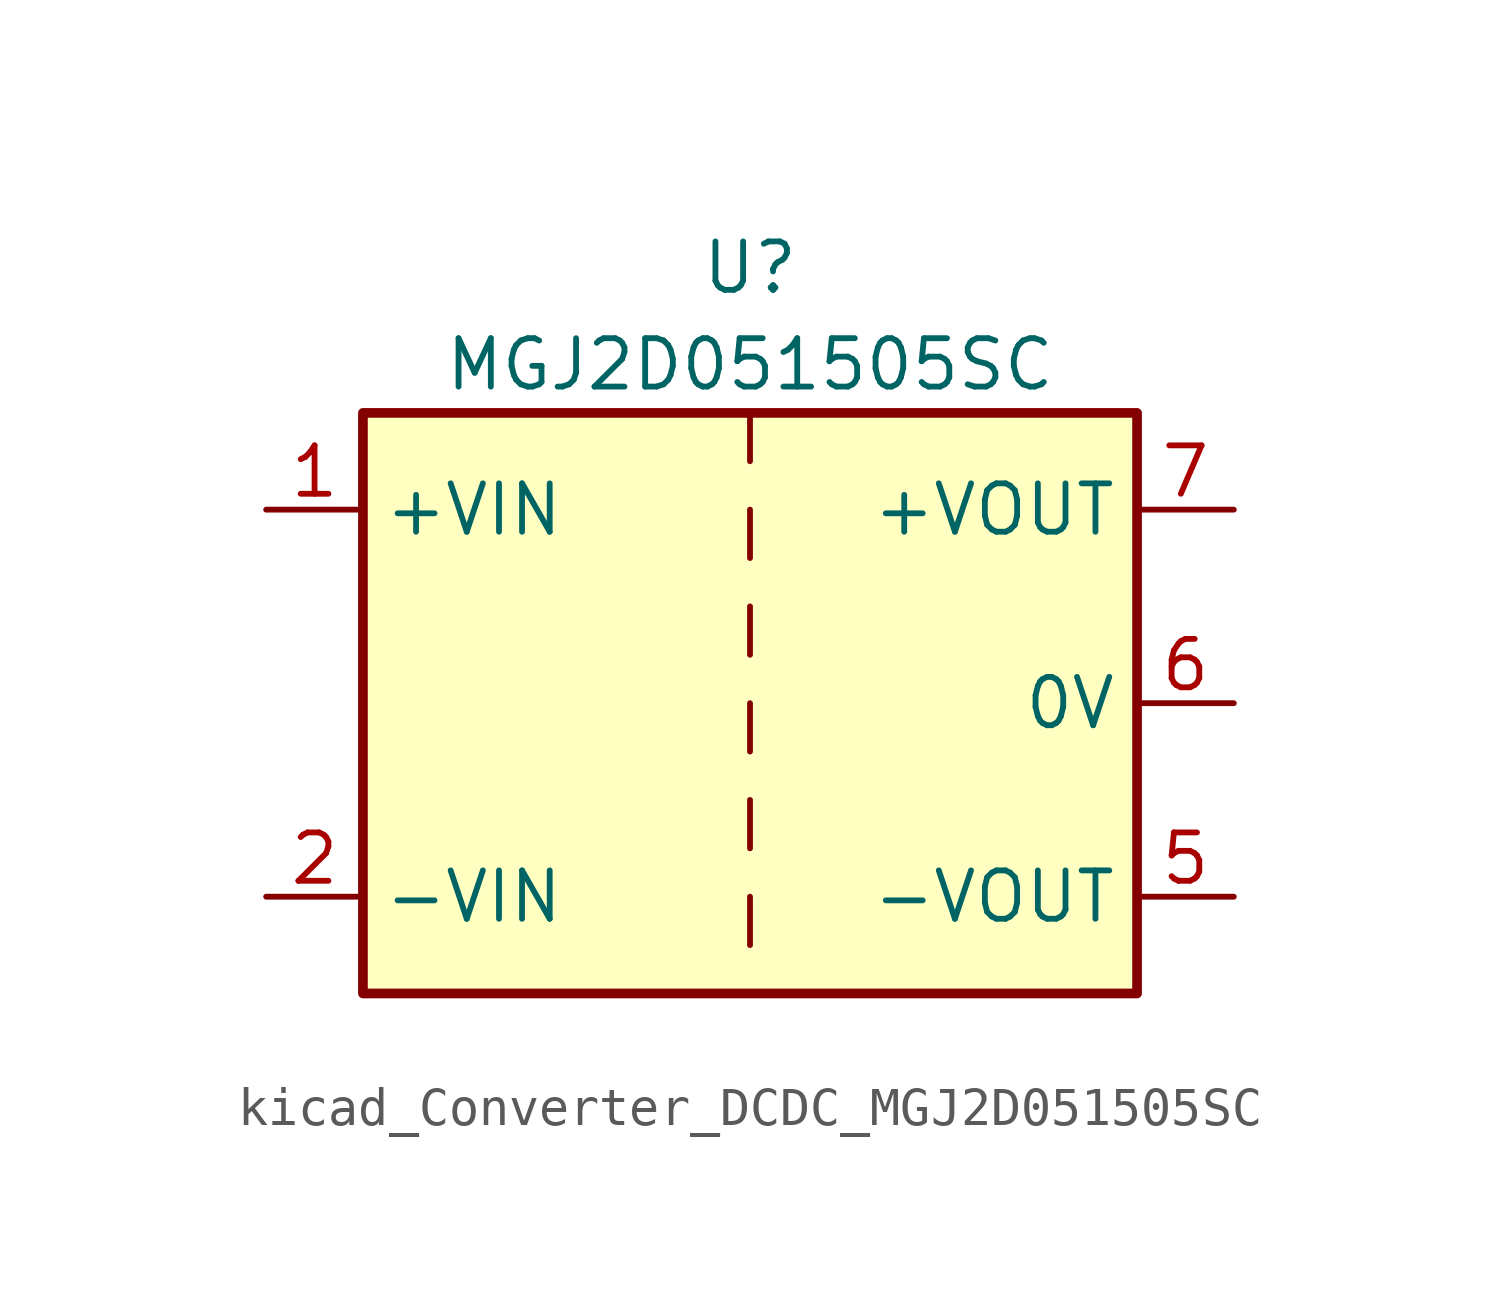
<source format=kicad_sym>
(kicad_symbol_lib
  (version 20220914)
  (generator kicad_symbol_editor)
  (symbol "kicad_Converter_DCDC_MGJ2D051505SC"
    (property "Reference" "U"
      (at 0 11.43 0)
      (effects (font (size 1.27 1.27))))
    (property "Value" "MGJ2D051505SC"
      (at 0 8.89 0)
      (effects (font (size 1.27 1.27))))
    (symbol "kicad_Converter_DCDC_MGJ2D051505SC_0_1"
      (rectangle (start -10.16 7.62) (end 10.16 -7.62) (stroke (width 0.254) (type default)) (fill (type background)))
      (polyline (pts (xy 0 -5.08) (xy 0 -6.35)) (stroke (width 0) (type default)) (fill (type none)))
      (polyline (pts (xy 0 -2.54) (xy 0 -3.81)) (stroke (width 0) (type default)) (fill (type none)))
      (polyline (pts (xy 0 0) (xy 0 -1.27)) (stroke (width 0) (type default)) (fill (type none)))
      (polyline (pts (xy 0 2.54) (xy 0 1.27)) (stroke (width 0) (type default)) (fill (type none)))
      (polyline (pts (xy 0 5.08) (xy 0 3.81)) (stroke (width 0) (type default)) (fill (type none)))
      (polyline (pts (xy 0 7.62) (xy 0 6.35)) (stroke (width 0) (type default)) (fill (type none))))
    (symbol "kicad_Converter_DCDC_MGJ2D051505SC_1_1"
      (pin power_in line (at -12.7 5.08 0) (length 2.54) (name "+VIN" (effects (font (size 1.27 1.27)))) (number "1" (effects (font (size 1.27 1.27)))))
      (pin power_in line (at -12.7 -5.08 0) (length 2.54) (name "-VIN" (effects (font (size 1.27 1.27)))) (number "2" (effects (font (size 1.27 1.27)))))
      (pin power_out line (at 12.7 -5.08 180) (length 2.54) (name "-VOUT" (effects (font (size 1.27 1.27)))) (number "5" (effects (font (size 1.27 1.27)))))
      (pin power_out line (at 12.7 0 180) (length 2.54) (name "0V" (effects (font (size 1.27 1.27)))) (number "6" (effects (font (size 1.27 1.27)))))
      (pin power_out line (at 12.7 5.08 180) (length 2.54) (name "+VOUT" (effects (font (size 1.27 1.27)))) (number "7" (effects (font (size 1.27 1.27))))))))
</source>
